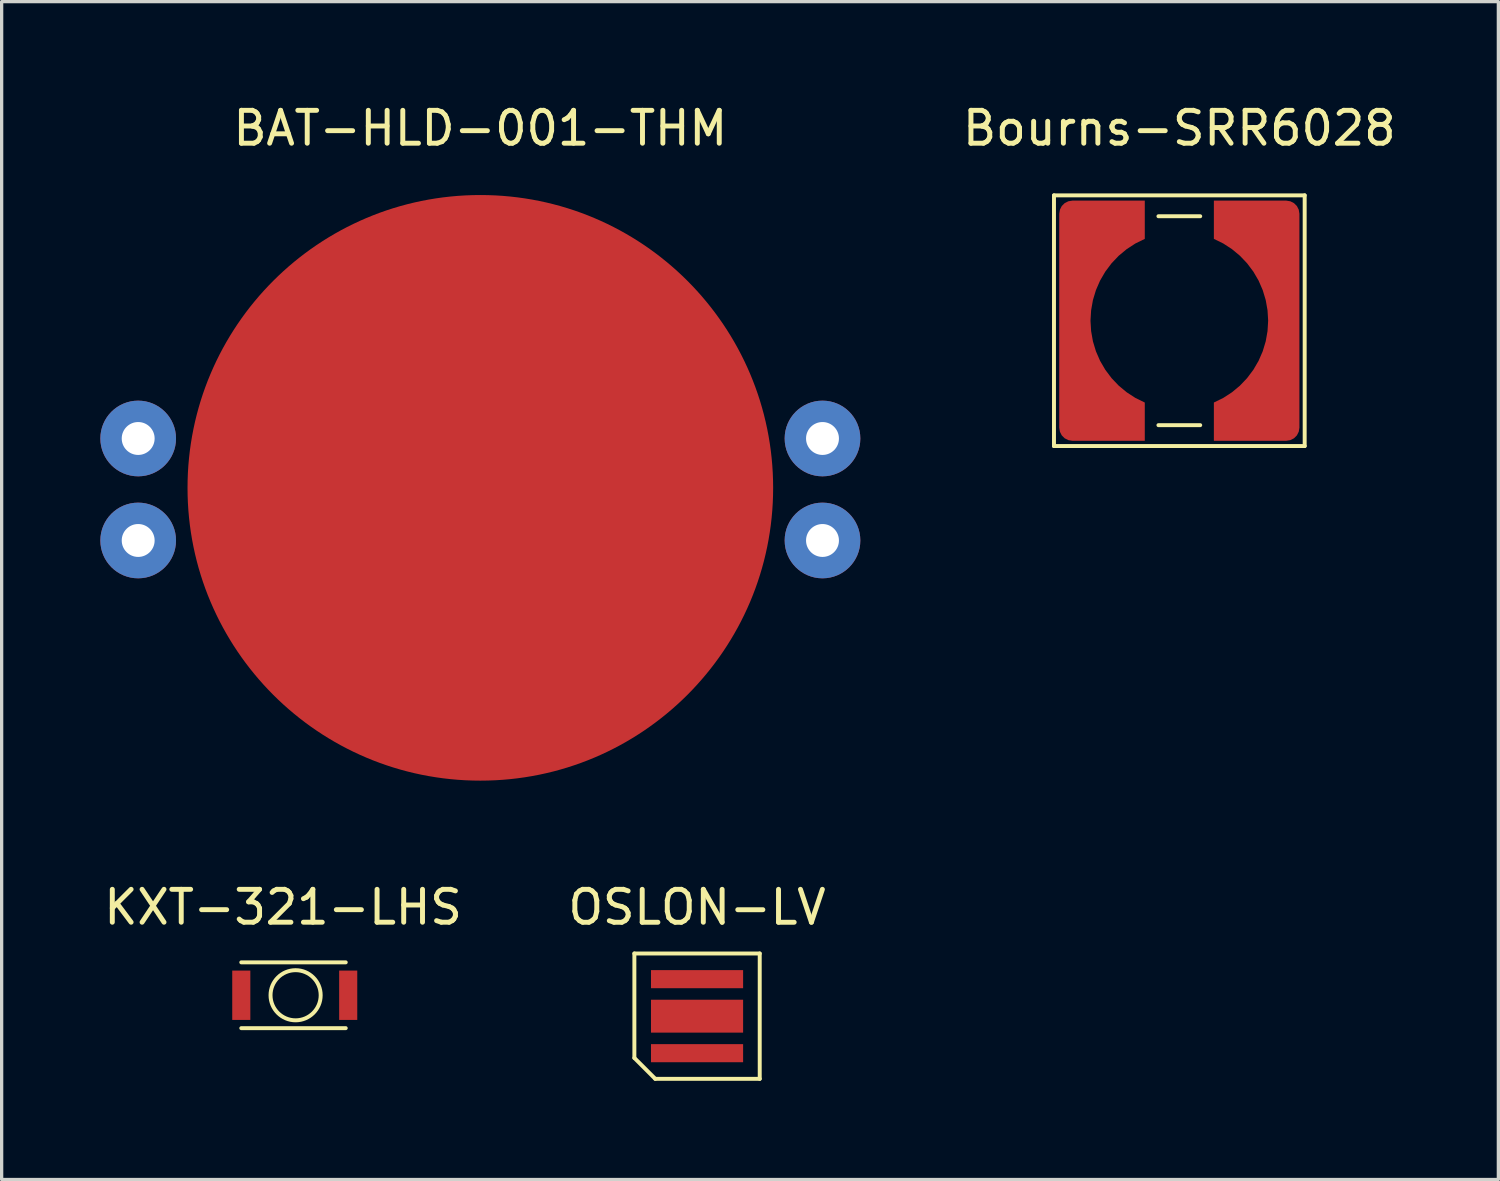
<source format=kicad_pcb>
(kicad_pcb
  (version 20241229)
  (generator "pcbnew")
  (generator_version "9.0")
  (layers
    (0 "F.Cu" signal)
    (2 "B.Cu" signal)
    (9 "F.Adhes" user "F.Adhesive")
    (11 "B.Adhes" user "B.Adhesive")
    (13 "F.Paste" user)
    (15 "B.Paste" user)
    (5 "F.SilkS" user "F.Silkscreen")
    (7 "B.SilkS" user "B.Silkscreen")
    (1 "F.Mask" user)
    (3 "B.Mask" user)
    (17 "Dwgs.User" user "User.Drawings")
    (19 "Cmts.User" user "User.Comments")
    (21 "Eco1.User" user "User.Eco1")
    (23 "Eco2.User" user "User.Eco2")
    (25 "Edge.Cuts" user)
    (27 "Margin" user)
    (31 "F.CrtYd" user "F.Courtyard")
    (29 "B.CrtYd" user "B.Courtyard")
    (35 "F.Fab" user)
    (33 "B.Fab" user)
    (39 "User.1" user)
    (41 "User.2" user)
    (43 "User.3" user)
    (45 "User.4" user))
  (footprint "Bourns-SRR6028"
    (layer "F.Cu")
    (at 32.796 6.698)
    (property "Reference" "Bourns-SRR6028" (at 0 -5.85 0) (layer "F.SilkS") (effects (font (size 1 1) (thickness 0.15))))
    (attr through_hole)
    (fp_line (start -3.81 -3.81) (end 3.81 -3.81) (stroke (width 0.12) (type solid)) (layer "F.SilkS"))
    (fp_line (start -3.81 3.81) (end -3.81 -3.81) (stroke (width 0.12) (type solid)) (layer "F.SilkS"))
    (fp_line (start -0.635 -3.175) (end 0.635 -3.175) (stroke (width 0.12) (type solid)) (layer "F.SilkS"))
    (fp_line (start -0.635 3.175) (end 0.635 3.175) (stroke (width 0.12) (type solid)) (layer "F.SilkS"))
    (fp_line (start 3.81 -3.81) (end 3.81 3.81) (stroke (width 0.12) (type solid)) (layer "F.SilkS"))
    (fp_line (start 3.81 3.81) (end -3.81 3.81) (stroke (width 0.12) (type solid)) (layer "F.SilkS"))
    (pad "1" smd custom (at -2.97 0 90) (size 0.287 0.287) (layers "F.Cu" "F.Mask" "F.Paste") (options (anchor circle)) (primitives (gr_poly (pts (xy 3.485 -0.604) (xy 3.574 -0.515) (xy 3.63 -0.404) (xy 3.65 -0.28) (xy 3.65 1.92) (xy 2.487 1.92) (xy 2.348 1.636) (xy 2.176 1.371) (xy 1.974 1.128) (xy 1.745 0.91) (xy 1.492 0.72) (xy 1.219 0.561) (xy 0.929 0.435) (xy 0.627 0.344) (xy 0.316 0.289) (xy 0 0.27) (xy -0.316 0.289) (xy -0.627 0.344) (xy -0.929 0.435) (xy -1.219 0.561) (xy -1.492 0.72) (xy -1.745 0.91) (xy -1.974 1.128) (xy -2.176 1.371) (xy -2.348 1.636) (xy -2.487 1.92) (xy -3.65 1.92) (xy -3.65 -0.28) (xy -3.63 -0.404) (xy -3.574 -0.515) (xy -3.485 -0.604) (xy -3.374 -0.66) (xy -3.25 -0.68) (xy 3.25 -0.68) (xy 3.374 -0.66)) (width 0) (fill yes))))
    (pad "2" smd custom (at 2.97 0 270) (size 0.287 0.287) (layers "F.Cu" "F.Mask" "F.Paste") (options (anchor circle)) (primitives (gr_poly (pts (xy 3.485 -0.604) (xy 3.574 -0.515) (xy 3.63 -0.404) (xy 3.65 -0.28) (xy 3.65 1.92) (xy 2.487 1.92) (xy 2.348 1.636) (xy 2.176 1.371) (xy 1.974 1.128) (xy 1.745 0.91) (xy 1.492 0.72) (xy 1.219 0.561) (xy 0.929 0.435) (xy 0.627 0.344) (xy 0.316 0.289) (xy 0 0.27) (xy -0.316 0.289) (xy -0.627 0.344) (xy -0.929 0.435) (xy -1.219 0.561) (xy -1.492 0.72) (xy -1.745 0.91) (xy -1.974 1.128) (xy -2.176 1.371) (xy -2.348 1.636) (xy -2.487 1.92) (xy -3.65 1.92) (xy -3.65 -0.28) (xy -3.63 -0.404) (xy -3.574 -0.515) (xy -3.485 -0.604) (xy -3.374 -0.66) (xy -3.25 -0.68) (xy 3.25 -0.68) (xy 3.374 -0.66)) (width 0) (fill yes)))))
  (footprint "OSLON-LV"
    (layer "F.Cu")
    (at 18.137 27.837)
    (property "Reference" "OSLON-LV" (at 0 -3.31 0) (layer "F.SilkS") (effects (font (size 1 1) (thickness 0.15))))
    (attr through_hole)
    (fp_line (start -1.905 -1.905) (end 1.905 -1.905) (stroke (width 0.12) (type solid)) (layer "F.SilkS"))
    (fp_line (start -1.905 1.27) (end -1.905 -1.905) (stroke (width 0.12) (type solid)) (layer "F.SilkS"))
    (fp_line (start -1.905 1.27) (end -1.27 1.905) (stroke (width 0.12) (type solid)) (layer "F.SilkS"))
    (fp_line (start 1.905 -1.905) (end 1.905 1.905) (stroke (width 0.12) (type solid)) (layer "F.SilkS"))
    (fp_line (start 1.905 1.905) (end -1.27 1.905) (stroke (width 0.12) (type solid)) (layer "F.SilkS"))
    (pad "1" smd rect (at 0 1.125) (size 2.8 0.55) (layers "F.Cu" "F.Mask" "F.Paste"))
    (pad "2" smd rect (at 0 -1.125) (size 2.8 0.55) (layers "F.Cu" "F.Mask" "F.Paste"))
    (pad "3" smd rect (at 0 0) (size 2.8 1) (layers "F.Cu" "F.Mask" "F.Paste")))
  (footprint "KXT-321-LHS"
    (layer "F.Cu")
    (at 4.284 27.201)
    (property "Reference" "KXT-321-LHS" (at 1.27 -2.675 0) (layer "F.SilkS") (effects (font (size 1 1) (thickness 0.15))))
    (attr through_hole)
    (fp_line (start 0 -1) (end 3.175 -1) (stroke (width 0.12) (type solid)) (layer "F.SilkS"))
    (fp_line (start 0 1) (end 3.175 1) (stroke (width 0.12) (type solid)) (layer "F.SilkS"))
    (fp_circle (center 1.651 0) (end 1.651 -0.762) (stroke (width 0.12) (type solid)) (fill no) (layer "F.SilkS"))
    (pad "1" smd rect (at 0 0 90) (size 1.5 0.55) (layers "F.Cu" "F.Mask" "F.Paste"))
    (pad "2" smd rect (at 3.25 0 90) (size 1.5 0.55) (layers "F.Cu" "F.Mask" "F.Paste")))
  (footprint "BAT-HLD-001-THM"
    (layer "F.Cu")
    (at 11.55 11.778)
    (property "Reference" "BAT-HLD-001-THM" (at 0 -10.93 0) (layer "F.SilkS") (effects (font (size 1 1) (thickness 0.15))))
    (attr through_hole)
    (pad "1" thru_hole circle (at -10.4 -1.5) (size 2.3 2.3) (drill 1) (layers "*.Cu" "*.Mask"))
    (pad "1" thru_hole circle (at -10.4 1.6) (size 2.3 2.3) (drill 1) (layers "*.Cu" "*.Mask"))
    (pad "1" thru_hole circle (at 10.4 -1.5) (size 2.3 2.3) (drill 1) (layers "*.Cu" "*.Mask"))
    (pad "1" thru_hole circle (at 10.4 1.6) (size 2.3 2.3) (drill 1) (layers "*.Cu" "*.Mask"))
    (pad "2" smd circle (at 0 0) (size 17.8 17.8) (layers "F.Cu" "F.Mask" "F.Paste")))
  (gr_rect
    (start -3 -3)
    (end 42.493 32.801)
    (stroke (width 0.1) (type default))
    (fill no)
    (layer "Edge.Cuts")))
</source>
